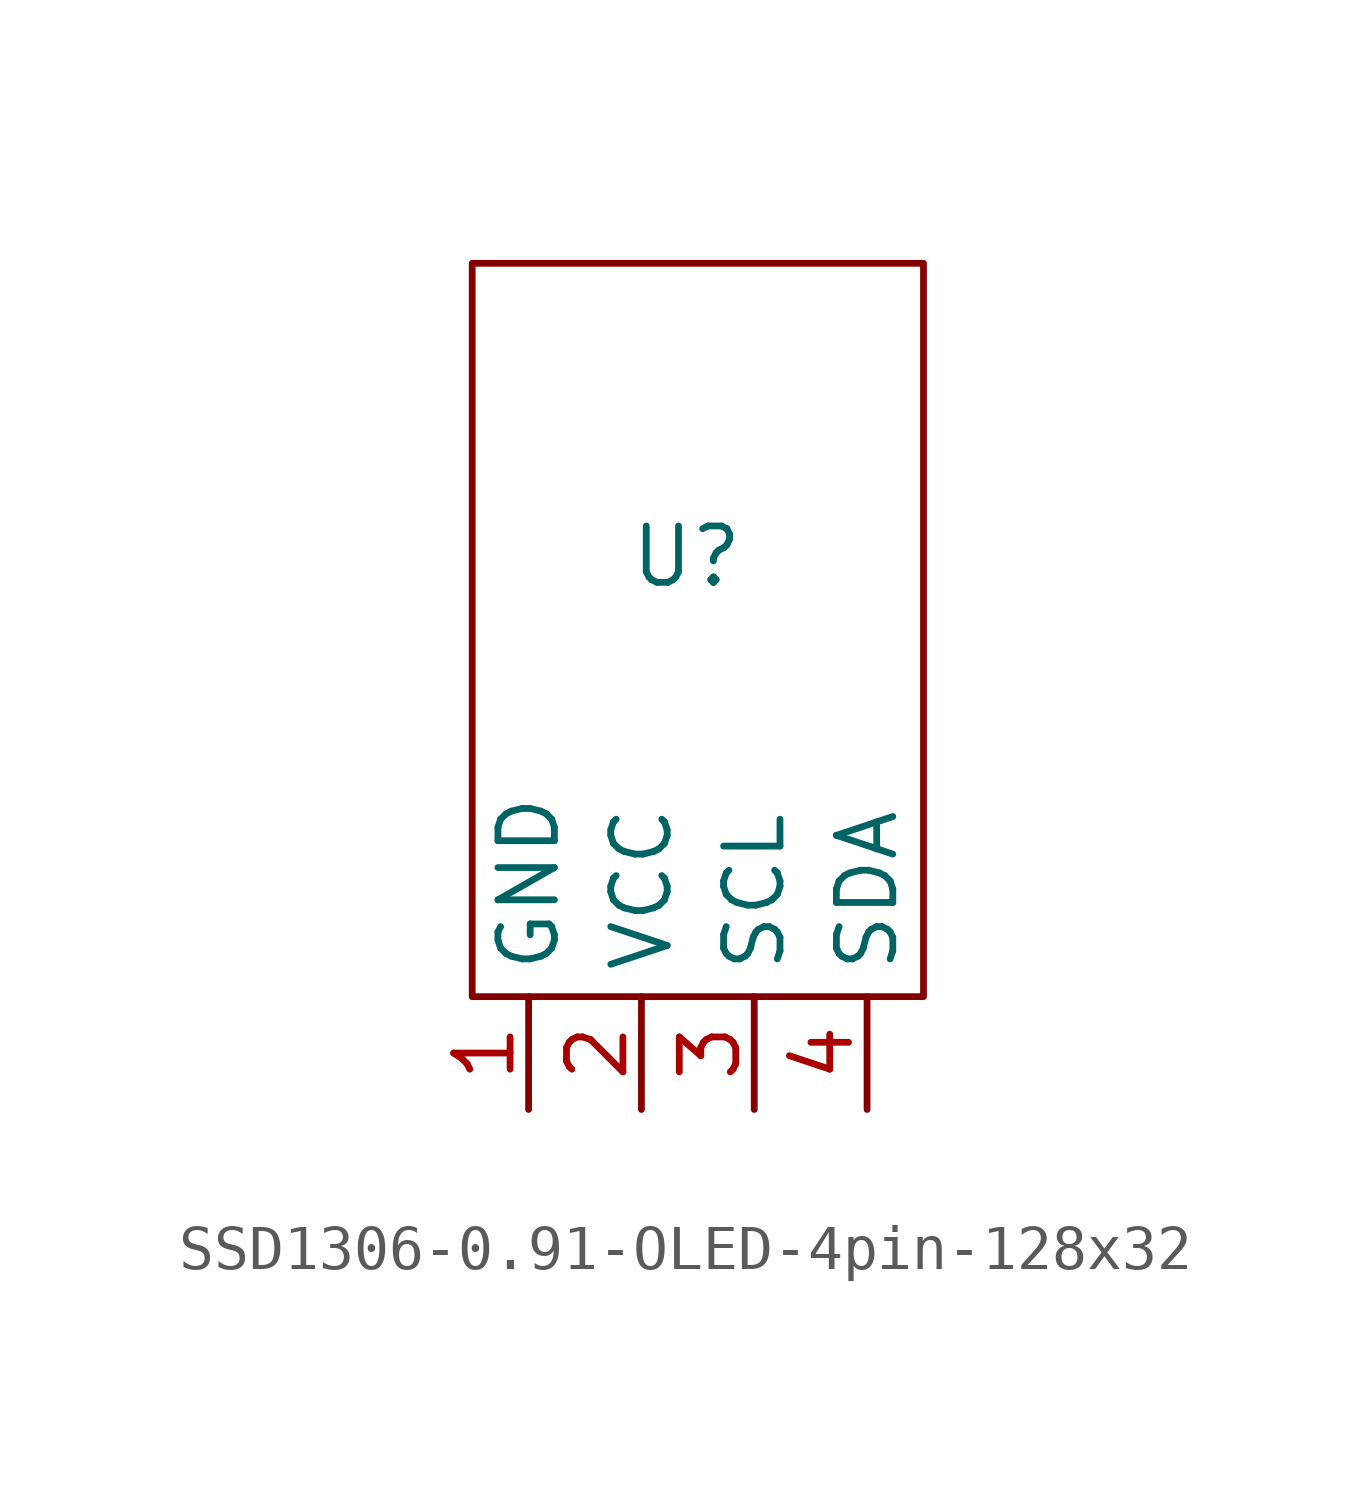
<source format=kicad_sym>
(kicad_symbol_lib
  (version 20241209)
  (generator "kicad_symbol_editor")
  (generator_version "9.0")
  (symbol "SSD1306-0.91-OLED-4pin-128x32"
    (property "Reference" "U"
      (at 1.016 -0.254 0)
      (effects (font (size 1.27 1.27))))
    (property "Value" ""
      (at 0 0 0)
      (effects (font (size 1.27 1.27))))
    (symbol "SSD1306-0.91-OLED-4pin-128x32_0_1"
      (rectangle (start -3.81 6.35) (end 6.35 -10.16) (stroke (width 0) (type default)) (fill (type none))))
    (symbol "SSD1306-0.91-OLED-4pin-128x32_1_1"
      (pin input line (at -2.54 -12.7 90) (length 2.54) (name "GND" (effects (font (size 1.27 1.27)))) (number "1" (effects (font (size 1.27 1.27)))))
      (pin input line (at 0 -12.7 90) (length 2.54) (name "VCC" (effects (font (size 1.27 1.27)))) (number "2" (effects (font (size 1.27 1.27)))))
      (pin input line (at 2.54 -12.7 90) (length 2.54) (name "SCL" (effects (font (size 1.27 1.27)))) (number "3" (effects (font (size 1.27 1.27)))))
      (pin input line (at 5.08 -12.7 90) (length 2.54) (name "SDA" (effects (font (size 1.27 1.27)))) (number "4" (effects (font (size 1.27 1.27))))))))
</source>
